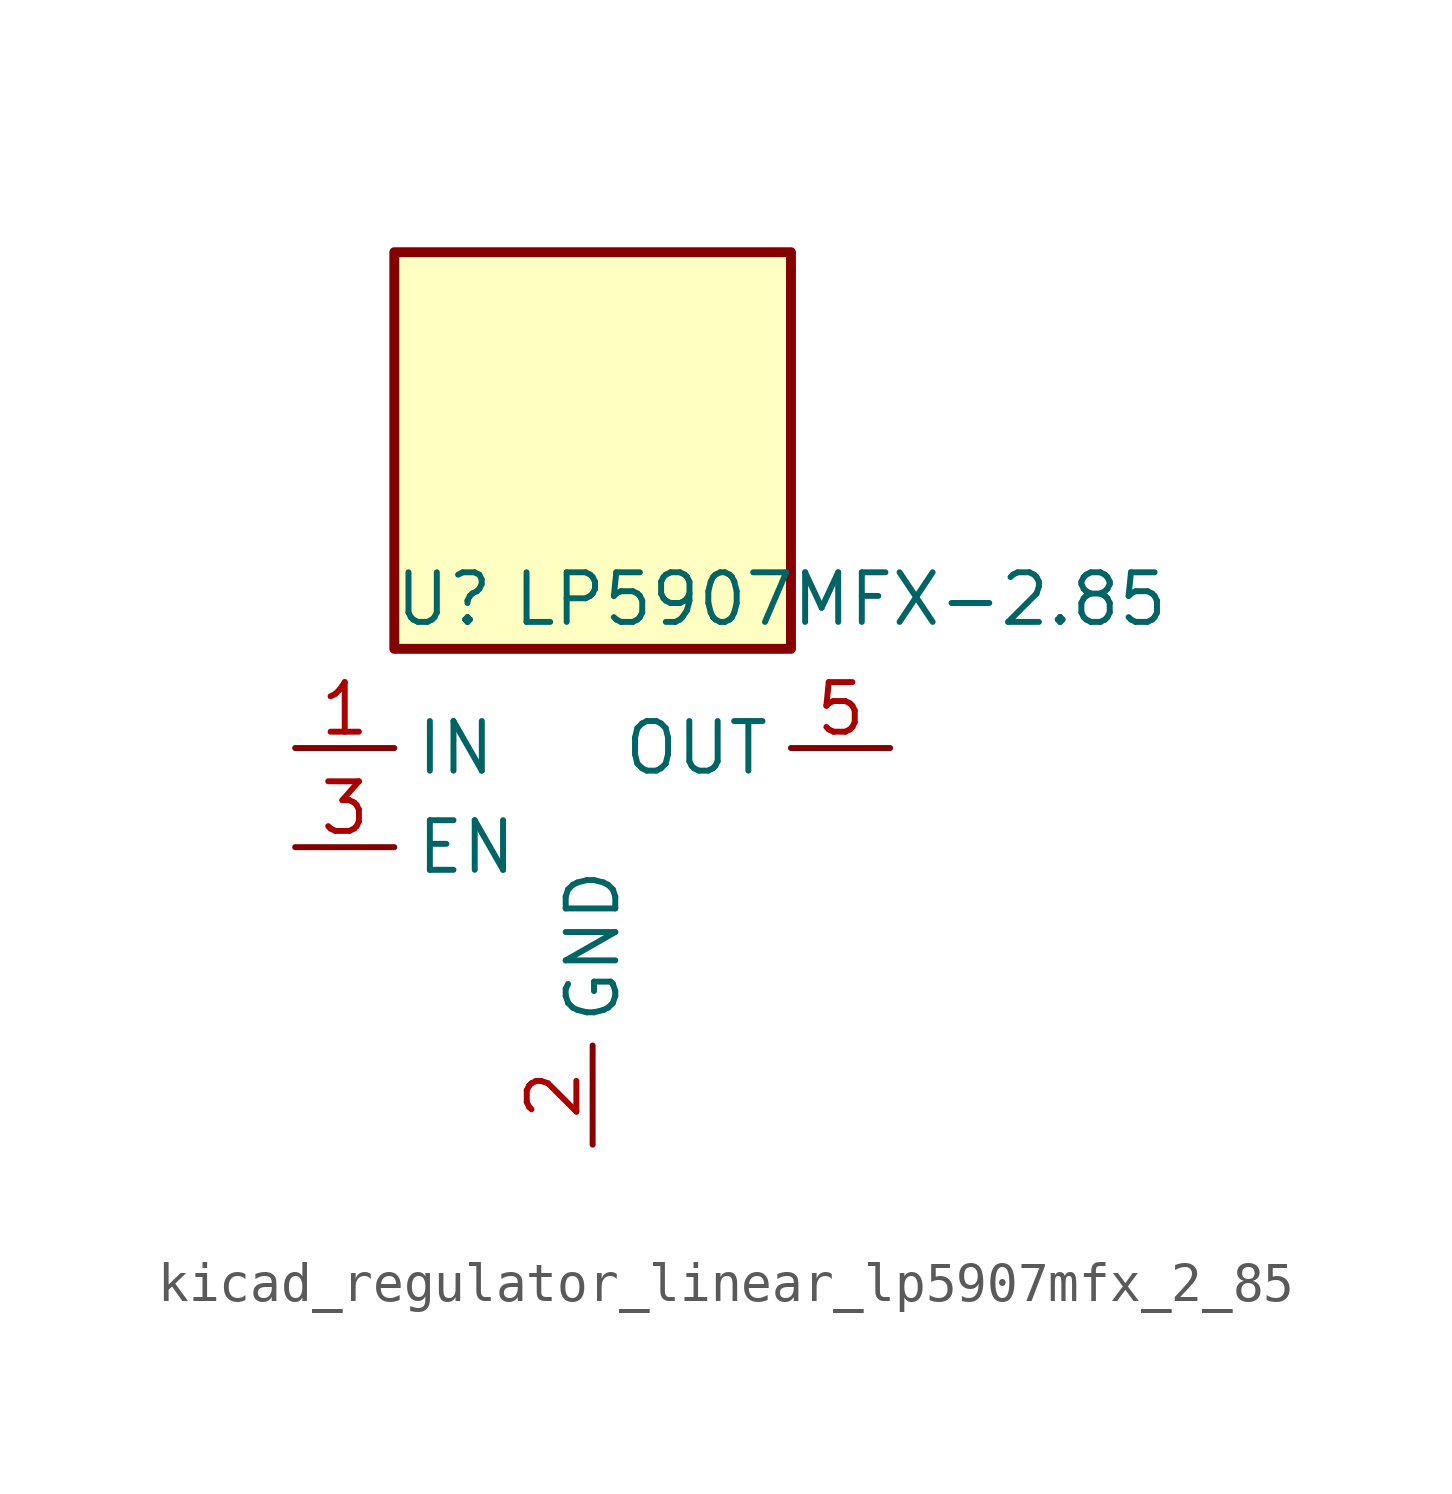
<source format=kicad_sym>
(kicad_symbol_lib
  (version 20220914)
  (generator kicad_symbol_editor)
  (symbol "kicad_regulator_linear_lp5907mfx_2_85"
    (property "Reference" "U"
      (at -3.81 6.35 0)
      (effects (font (size 1.27 1.27))))
    (property "Value" "LP5907MFX-2.85"
      (at 6.35 6.35 0)
      (effects (font (size 1.27 1.27))))
    (symbol "kicad_regulator_linear_lp5907mfx_2_85_0_1"
      (rectangle (start 5.08 15.24) (end -5.08 5.08) (stroke (width 0.254) (type default)) (fill (type background)))
      (pin power_in line (at -7.62 2.54 0) (length 2.54) (name "IN" (effects (font (size 1.27 1.27)))) (number "1" (effects (font (size 1.27 1.27)))))
      (pin power_in line (at 0 -7.62 90) (length 2.54) (name "GND" (effects (font (size 1.27 1.27)))) (number "2" (effects (font (size 1.27 1.27)))))
      (pin input line (at -7.62 0 0) (length 2.54) (name "EN" (effects (font (size 1.27 1.27)))) (number "3" (effects (font (size 1.27 1.27)))))
      (pin no_connect line (at 5.08 0 180) (length 2.54) hide (name "NC" (effects (font (size 1.27 1.27)))) (number "4" (effects (font (size 1.27 1.27)))))
      (pin power_out line (at 7.62 2.54 180) (length 2.54) (name "OUT" (effects (font (size 1.27 1.27)))) (number "5" (effects (font (size 1.27 1.27))))))))
</source>
